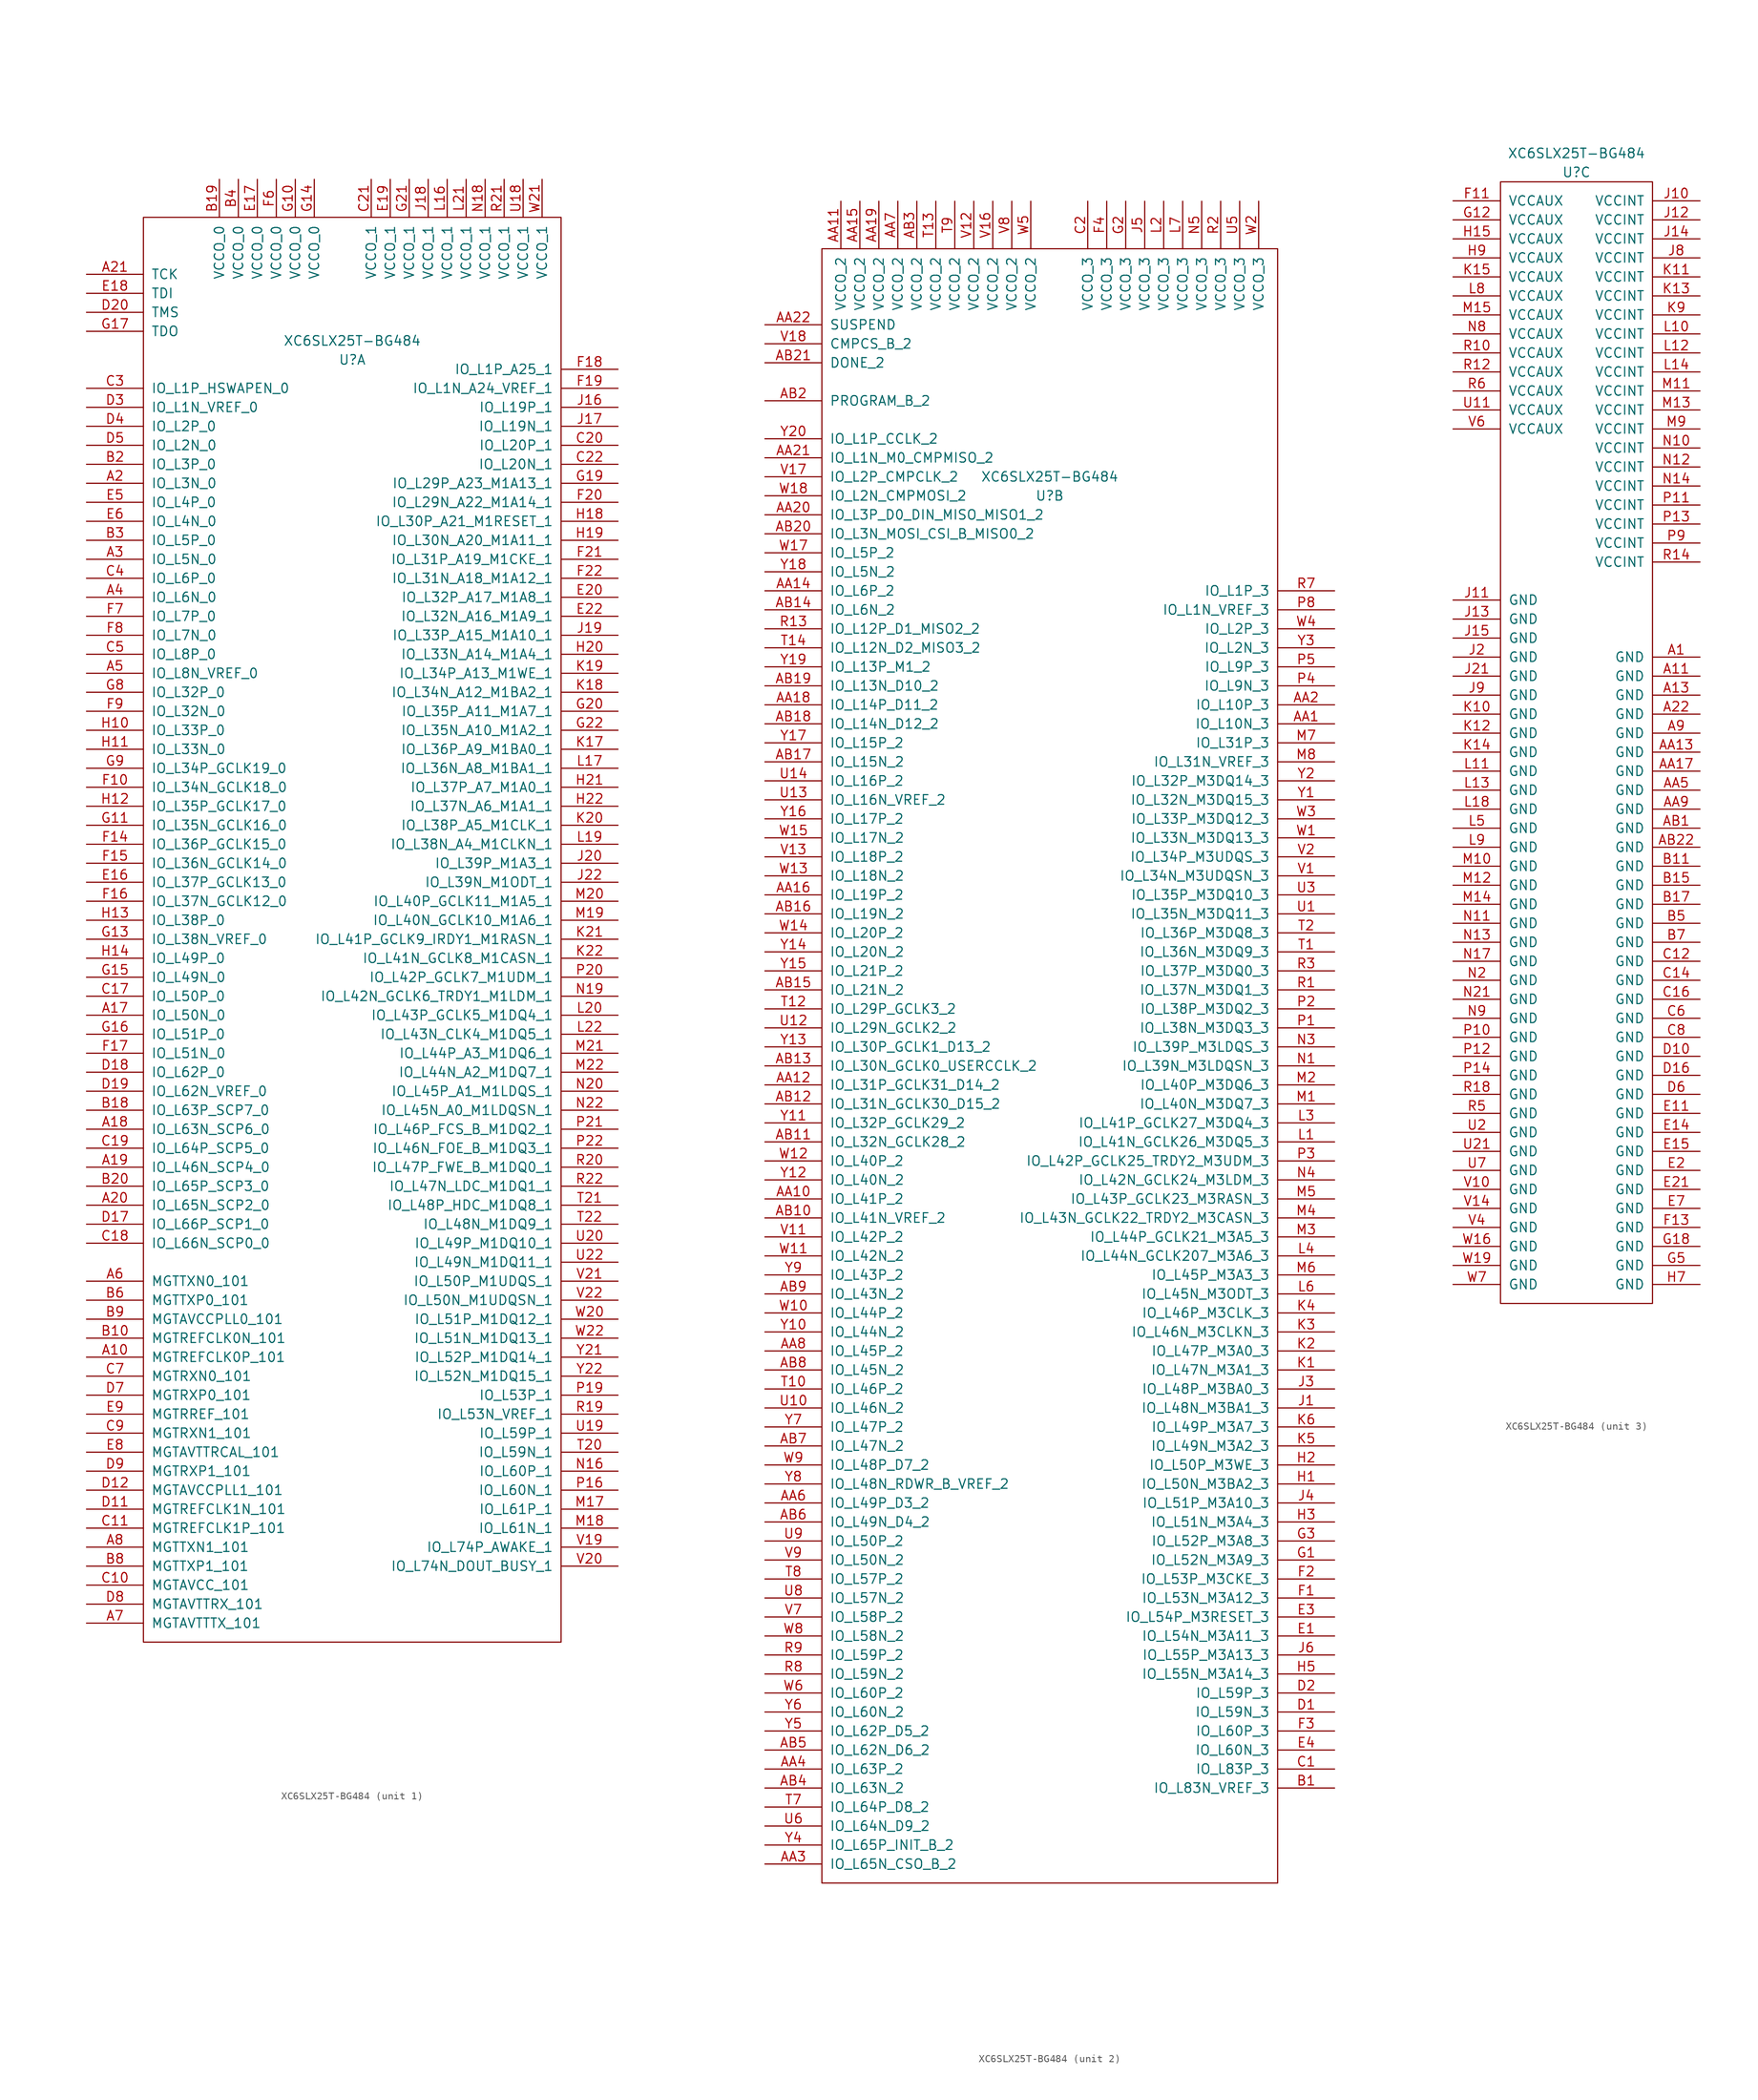
<source format=kicad_sym>
(kicad_symbol_lib
  (version 20201005)
  (generator kicad_symbol_editor)
  (symbol "FPGA_Xilinx:XC6SLX25T-BG484"
    (pin_names
      (offset 1.016))
    (property "Reference" "U"
      (at 0 76.2 0)
      (effects (font (size 1.27 1.27))))
    (property "Value" "XC6SLX25T-BG484"
      (at 0 78.74 0)
      (effects (font (size 1.27 1.27))))
    (property "ki_locked" ""
      (at 0 0 0)
      (effects (font (size 1.27 1.27))))
    (symbol "XC6SLX25T-BG484_1_1"
      (rectangle (start -27.94 95.25) (end 27.94 -95.25) (stroke (width 0)) (fill (type none)))
      (pin input line (at -35.56 -57.15 0) (length 7.62) (name "MGTREFCLK0P_101" (effects (font (size 1.27 1.27)))) (number "A10" (effects (font (size 1.27 1.27)))))
      (pin bidirectional line (at -35.56 -11.43 0) (length 7.62) (name "IO_L50N_0" (effects (font (size 1.27 1.27)))) (number "A17" (effects (font (size 1.27 1.27)))))
      (pin bidirectional line (at -35.56 -26.67 0) (length 7.62) (name "IO_L63N_SCP6_0" (effects (font (size 1.27 1.27)))) (number "A18" (effects (font (size 1.27 1.27)))))
      (pin bidirectional line (at -35.56 -31.75 0) (length 7.62) (name "IO_L46N_SCP4_0" (effects (font (size 1.27 1.27)))) (number "A19" (effects (font (size 1.27 1.27)))))
      (pin bidirectional line (at -35.56 59.69 0) (length 7.62) (name "IO_L3N_0" (effects (font (size 1.27 1.27)))) (number "A2" (effects (font (size 1.27 1.27)))))
      (pin bidirectional line (at -35.56 -36.83 0) (length 7.62) (name "IO_L65N_SCP2_0" (effects (font (size 1.27 1.27)))) (number "A20" (effects (font (size 1.27 1.27)))))
      (pin input line (at -35.56 87.63 0) (length 7.62) (name "TCK" (effects (font (size 1.27 1.27)))) (number "A21" (effects (font (size 1.27 1.27)))))
      (pin bidirectional line (at -35.56 49.53 0) (length 7.62) (name "IO_L5N_0" (effects (font (size 1.27 1.27)))) (number "A3" (effects (font (size 1.27 1.27)))))
      (pin bidirectional line (at -35.56 44.45 0) (length 7.62) (name "IO_L6N_0" (effects (font (size 1.27 1.27)))) (number "A4" (effects (font (size 1.27 1.27)))))
      (pin bidirectional line (at -35.56 34.29 0) (length 7.62) (name "IO_L8N_VREF_0" (effects (font (size 1.27 1.27)))) (number "A5" (effects (font (size 1.27 1.27)))))
      (pin output line (at -35.56 -46.99 0) (length 7.62) (name "MGTTXN0_101" (effects (font (size 1.27 1.27)))) (number "A6" (effects (font (size 1.27 1.27)))))
      (pin passive line (at -35.56 -92.71 0) (length 7.62) (name "MGTAVTTTX_101" (effects (font (size 1.27 1.27)))) (number "A7" (effects (font (size 1.27 1.27)))))
      (pin output line (at -35.56 -82.55 0) (length 7.62) (name "MGTTXN1_101" (effects (font (size 1.27 1.27)))) (number "A8" (effects (font (size 1.27 1.27)))))
      (pin input line (at -35.56 -54.61 0) (length 7.62) (name "MGTREFCLK0N_101" (effects (font (size 1.27 1.27)))) (number "B10" (effects (font (size 1.27 1.27)))))
      (pin bidirectional line (at -35.56 -24.13 0) (length 7.62) (name "IO_L63P_SCP7_0" (effects (font (size 1.27 1.27)))) (number "B18" (effects (font (size 1.27 1.27)))))
      (pin power_in line (at -17.78 100.33 270) (length 5.08) (name "VCCO_0" (effects (font (size 1.27 1.27)))) (number "B19" (effects (font (size 1.27 1.27)))))
      (pin bidirectional line (at -35.56 62.23 0) (length 7.62) (name "IO_L3P_0" (effects (font (size 1.27 1.27)))) (number "B2" (effects (font (size 1.27 1.27)))))
      (pin bidirectional line (at -35.56 -34.29 0) (length 7.62) (name "IO_L65P_SCP3_0" (effects (font (size 1.27 1.27)))) (number "B20" (effects (font (size 1.27 1.27)))))
      (pin bidirectional line (at -35.56 52.07 0) (length 7.62) (name "IO_L5P_0" (effects (font (size 1.27 1.27)))) (number "B3" (effects (font (size 1.27 1.27)))))
      (pin power_in line (at -15.24 100.33 270) (length 5.08) (name "VCCO_0" (effects (font (size 1.27 1.27)))) (number "B4" (effects (font (size 1.27 1.27)))))
      (pin output line (at -35.56 -49.53 0) (length 7.62) (name "MGTTXP0_101" (effects (font (size 1.27 1.27)))) (number "B6" (effects (font (size 1.27 1.27)))))
      (pin output line (at -35.56 -85.09 0) (length 7.62) (name "MGTTXP1_101" (effects (font (size 1.27 1.27)))) (number "B8" (effects (font (size 1.27 1.27)))))
      (pin passive line (at -35.56 -52.07 0) (length 7.62) (name "MGTAVCCPLL0_101" (effects (font (size 1.27 1.27)))) (number "B9" (effects (font (size 1.27 1.27)))))
      (pin passive line (at -35.56 -87.63 0) (length 7.62) (name "MGTAVCC_101" (effects (font (size 1.27 1.27)))) (number "C10" (effects (font (size 1.27 1.27)))))
      (pin input line (at -35.56 -80.01 0) (length 7.62) (name "MGTREFCLK1P_101" (effects (font (size 1.27 1.27)))) (number "C11" (effects (font (size 1.27 1.27)))))
      (pin bidirectional line (at -35.56 -8.89 0) (length 7.62) (name "IO_L50P_0" (effects (font (size 1.27 1.27)))) (number "C17" (effects (font (size 1.27 1.27)))))
      (pin bidirectional line (at -35.56 -41.91 0) (length 7.62) (name "IO_L66N_SCP0_0" (effects (font (size 1.27 1.27)))) (number "C18" (effects (font (size 1.27 1.27)))))
      (pin bidirectional line (at -35.56 -29.21 0) (length 7.62) (name "IO_L64P_SCP5_0" (effects (font (size 1.27 1.27)))) (number "C19" (effects (font (size 1.27 1.27)))))
      (pin bidirectional line (at 35.56 64.77 180) (length 7.62) (name "IO_L20P_1" (effects (font (size 1.27 1.27)))) (number "C20" (effects (font (size 1.27 1.27)))))
      (pin power_in line (at 2.54 100.33 270) (length 5.08) (name "VCCO_1" (effects (font (size 1.27 1.27)))) (number "C21" (effects (font (size 1.27 1.27)))))
      (pin bidirectional line (at 35.56 62.23 180) (length 7.62) (name "IO_L20N_1" (effects (font (size 1.27 1.27)))) (number "C22" (effects (font (size 1.27 1.27)))))
      (pin bidirectional line (at -35.56 72.39 0) (length 7.62) (name "IO_L1P_HSWAPEN_0" (effects (font (size 1.27 1.27)))) (number "C3" (effects (font (size 1.27 1.27)))))
      (pin bidirectional line (at -35.56 46.99 0) (length 7.62) (name "IO_L6P_0" (effects (font (size 1.27 1.27)))) (number "C4" (effects (font (size 1.27 1.27)))))
      (pin bidirectional line (at -35.56 36.83 0) (length 7.62) (name "IO_L8P_0" (effects (font (size 1.27 1.27)))) (number "C5" (effects (font (size 1.27 1.27)))))
      (pin input line (at -35.56 -59.69 0) (length 7.62) (name "MGTRXN0_101" (effects (font (size 1.27 1.27)))) (number "C7" (effects (font (size 1.27 1.27)))))
      (pin input line (at -35.56 -67.31 0) (length 7.62) (name "MGTRXN1_101" (effects (font (size 1.27 1.27)))) (number "C9" (effects (font (size 1.27 1.27)))))
      (pin input line (at -35.56 -77.47 0) (length 7.62) (name "MGTREFCLK1N_101" (effects (font (size 1.27 1.27)))) (number "D11" (effects (font (size 1.27 1.27)))))
      (pin passive line (at -35.56 -74.93 0) (length 7.62) (name "MGTAVCCPLL1_101" (effects (font (size 1.27 1.27)))) (number "D12" (effects (font (size 1.27 1.27)))))
      (pin bidirectional line (at -35.56 -39.37 0) (length 7.62) (name "IO_L66P_SCP1_0" (effects (font (size 1.27 1.27)))) (number "D17" (effects (font (size 1.27 1.27)))))
      (pin bidirectional line (at -35.56 -19.05 0) (length 7.62) (name "IO_L62P_0" (effects (font (size 1.27 1.27)))) (number "D18" (effects (font (size 1.27 1.27)))))
      (pin bidirectional line (at -35.56 -21.59 0) (length 7.62) (name "IO_L62N_VREF_0" (effects (font (size 1.27 1.27)))) (number "D19" (effects (font (size 1.27 1.27)))))
      (pin input line (at -35.56 82.55 0) (length 7.62) (name "TMS" (effects (font (size 1.27 1.27)))) (number "D20" (effects (font (size 1.27 1.27)))))
      (pin bidirectional line (at -35.56 69.85 0) (length 7.62) (name "IO_L1N_VREF_0" (effects (font (size 1.27 1.27)))) (number "D3" (effects (font (size 1.27 1.27)))))
      (pin bidirectional line (at -35.56 67.31 0) (length 7.62) (name "IO_L2P_0" (effects (font (size 1.27 1.27)))) (number "D4" (effects (font (size 1.27 1.27)))))
      (pin bidirectional line (at -35.56 64.77 0) (length 7.62) (name "IO_L2N_0" (effects (font (size 1.27 1.27)))) (number "D5" (effects (font (size 1.27 1.27)))))
      (pin input line (at -35.56 -62.23 0) (length 7.62) (name "MGTRXP0_101" (effects (font (size 1.27 1.27)))) (number "D7" (effects (font (size 1.27 1.27)))))
      (pin passive line (at -35.56 -90.17 0) (length 7.62) (name "MGTAVTTRX_101" (effects (font (size 1.27 1.27)))) (number "D8" (effects (font (size 1.27 1.27)))))
      (pin input line (at -35.56 -72.39 0) (length 7.62) (name "MGTRXP1_101" (effects (font (size 1.27 1.27)))) (number "D9" (effects (font (size 1.27 1.27)))))
      (pin bidirectional line (at -35.56 6.35 0) (length 7.62) (name "IO_L37P_GCLK13_0" (effects (font (size 1.27 1.27)))) (number "E16" (effects (font (size 1.27 1.27)))))
      (pin power_in line (at -12.7 100.33 270) (length 5.08) (name "VCCO_0" (effects (font (size 1.27 1.27)))) (number "E17" (effects (font (size 1.27 1.27)))))
      (pin input line (at -35.56 85.09 0) (length 7.62) (name "TDI" (effects (font (size 1.27 1.27)))) (number "E18" (effects (font (size 1.27 1.27)))))
      (pin power_in line (at 5.08 100.33 270) (length 5.08) (name "VCCO_1" (effects (font (size 1.27 1.27)))) (number "E19" (effects (font (size 1.27 1.27)))))
      (pin bidirectional line (at 35.56 44.45 180) (length 7.62) (name "IO_L32P_A17_M1A8_1" (effects (font (size 1.27 1.27)))) (number "E20" (effects (font (size 1.27 1.27)))))
      (pin bidirectional line (at 35.56 41.91 180) (length 7.62) (name "IO_L32N_A16_M1A9_1" (effects (font (size 1.27 1.27)))) (number "E22" (effects (font (size 1.27 1.27)))))
      (pin bidirectional line (at -35.56 57.15 0) (length 7.62) (name "IO_L4P_0" (effects (font (size 1.27 1.27)))) (number "E5" (effects (font (size 1.27 1.27)))))
      (pin bidirectional line (at -35.56 54.61 0) (length 7.62) (name "IO_L4N_0" (effects (font (size 1.27 1.27)))) (number "E6" (effects (font (size 1.27 1.27)))))
      (pin passive line (at -35.56 -69.85 0) (length 7.62) (name "MGTAVTTRCAL_101" (effects (font (size 1.27 1.27)))) (number "E8" (effects (font (size 1.27 1.27)))))
      (pin input line (at -35.56 -64.77 0) (length 7.62) (name "MGTRREF_101" (effects (font (size 1.27 1.27)))) (number "E9" (effects (font (size 1.27 1.27)))))
      (pin bidirectional line (at -35.56 19.05 0) (length 7.62) (name "IO_L34N_GCLK18_0" (effects (font (size 1.27 1.27)))) (number "F10" (effects (font (size 1.27 1.27)))))
      (pin bidirectional line (at -35.56 11.43 0) (length 7.62) (name "IO_L36P_GCLK15_0" (effects (font (size 1.27 1.27)))) (number "F14" (effects (font (size 1.27 1.27)))))
      (pin bidirectional line (at -35.56 8.89 0) (length 7.62) (name "IO_L36N_GCLK14_0" (effects (font (size 1.27 1.27)))) (number "F15" (effects (font (size 1.27 1.27)))))
      (pin bidirectional line (at -35.56 3.81 0) (length 7.62) (name "IO_L37N_GCLK12_0" (effects (font (size 1.27 1.27)))) (number "F16" (effects (font (size 1.27 1.27)))))
      (pin bidirectional line (at -35.56 -16.51 0) (length 7.62) (name "IO_L51N_0" (effects (font (size 1.27 1.27)))) (number "F17" (effects (font (size 1.27 1.27)))))
      (pin bidirectional line (at 35.56 74.93 180) (length 7.62) (name "IO_L1P_A25_1" (effects (font (size 1.27 1.27)))) (number "F18" (effects (font (size 1.27 1.27)))))
      (pin bidirectional line (at 35.56 72.39 180) (length 7.62) (name "IO_L1N_A24_VREF_1" (effects (font (size 1.27 1.27)))) (number "F19" (effects (font (size 1.27 1.27)))))
      (pin bidirectional line (at 35.56 57.15 180) (length 7.62) (name "IO_L29N_A22_M1A14_1" (effects (font (size 1.27 1.27)))) (number "F20" (effects (font (size 1.27 1.27)))))
      (pin bidirectional line (at 35.56 49.53 180) (length 7.62) (name "IO_L31P_A19_M1CKE_1" (effects (font (size 1.27 1.27)))) (number "F21" (effects (font (size 1.27 1.27)))))
      (pin bidirectional line (at 35.56 46.99 180) (length 7.62) (name "IO_L31N_A18_M1A12_1" (effects (font (size 1.27 1.27)))) (number "F22" (effects (font (size 1.27 1.27)))))
      (pin power_in line (at -10.16 100.33 270) (length 5.08) (name "VCCO_0" (effects (font (size 1.27 1.27)))) (number "F6" (effects (font (size 1.27 1.27)))))
      (pin bidirectional line (at -35.56 41.91 0) (length 7.62) (name "IO_L7P_0" (effects (font (size 1.27 1.27)))) (number "F7" (effects (font (size 1.27 1.27)))))
      (pin bidirectional line (at -35.56 39.37 0) (length 7.62) (name "IO_L7N_0" (effects (font (size 1.27 1.27)))) (number "F8" (effects (font (size 1.27 1.27)))))
      (pin bidirectional line (at -35.56 29.21 0) (length 7.62) (name "IO_L32N_0" (effects (font (size 1.27 1.27)))) (number "F9" (effects (font (size 1.27 1.27)))))
      (pin power_in line (at -7.62 100.33 270) (length 5.08) (name "VCCO_0" (effects (font (size 1.27 1.27)))) (number "G10" (effects (font (size 1.27 1.27)))))
      (pin bidirectional line (at -35.56 13.97 0) (length 7.62) (name "IO_L35N_GCLK16_0" (effects (font (size 1.27 1.27)))) (number "G11" (effects (font (size 1.27 1.27)))))
      (pin bidirectional line (at -35.56 -1.27 0) (length 7.62) (name "IO_L38N_VREF_0" (effects (font (size 1.27 1.27)))) (number "G13" (effects (font (size 1.27 1.27)))))
      (pin power_in line (at -5.08 100.33 270) (length 5.08) (name "VCCO_0" (effects (font (size 1.27 1.27)))) (number "G14" (effects (font (size 1.27 1.27)))))
      (pin bidirectional line (at -35.56 -6.35 0) (length 7.62) (name "IO_L49N_0" (effects (font (size 1.27 1.27)))) (number "G15" (effects (font (size 1.27 1.27)))))
      (pin bidirectional line (at -35.56 -13.97 0) (length 7.62) (name "IO_L51P_0" (effects (font (size 1.27 1.27)))) (number "G16" (effects (font (size 1.27 1.27)))))
      (pin output line (at -35.56 80.01 0) (length 7.62) (name "TDO" (effects (font (size 1.27 1.27)))) (number "G17" (effects (font (size 1.27 1.27)))))
      (pin bidirectional line (at 35.56 59.69 180) (length 7.62) (name "IO_L29P_A23_M1A13_1" (effects (font (size 1.27 1.27)))) (number "G19" (effects (font (size 1.27 1.27)))))
      (pin bidirectional line (at 35.56 29.21 180) (length 7.62) (name "IO_L35P_A11_M1A7_1" (effects (font (size 1.27 1.27)))) (number "G20" (effects (font (size 1.27 1.27)))))
      (pin power_in line (at 7.62 100.33 270) (length 5.08) (name "VCCO_1" (effects (font (size 1.27 1.27)))) (number "G21" (effects (font (size 1.27 1.27)))))
      (pin bidirectional line (at 35.56 26.67 180) (length 7.62) (name "IO_L35N_A10_M1A2_1" (effects (font (size 1.27 1.27)))) (number "G22" (effects (font (size 1.27 1.27)))))
      (pin bidirectional line (at -35.56 31.75 0) (length 7.62) (name "IO_L32P_0" (effects (font (size 1.27 1.27)))) (number "G8" (effects (font (size 1.27 1.27)))))
      (pin bidirectional line (at -35.56 21.59 0) (length 7.62) (name "IO_L34P_GCLK19_0" (effects (font (size 1.27 1.27)))) (number "G9" (effects (font (size 1.27 1.27)))))
      (pin bidirectional line (at -35.56 26.67 0) (length 7.62) (name "IO_L33P_0" (effects (font (size 1.27 1.27)))) (number "H10" (effects (font (size 1.27 1.27)))))
      (pin bidirectional line (at -35.56 24.13 0) (length 7.62) (name "IO_L33N_0" (effects (font (size 1.27 1.27)))) (number "H11" (effects (font (size 1.27 1.27)))))
      (pin bidirectional line (at -35.56 16.51 0) (length 7.62) (name "IO_L35P_GCLK17_0" (effects (font (size 1.27 1.27)))) (number "H12" (effects (font (size 1.27 1.27)))))
      (pin bidirectional line (at -35.56 1.27 0) (length 7.62) (name "IO_L38P_0" (effects (font (size 1.27 1.27)))) (number "H13" (effects (font (size 1.27 1.27)))))
      (pin bidirectional line (at -35.56 -3.81 0) (length 7.62) (name "IO_L49P_0" (effects (font (size 1.27 1.27)))) (number "H14" (effects (font (size 1.27 1.27)))))
      (pin bidirectional line (at 35.56 54.61 180) (length 7.62) (name "IO_L30P_A21_M1RESET_1" (effects (font (size 1.27 1.27)))) (number "H18" (effects (font (size 1.27 1.27)))))
      (pin bidirectional line (at 35.56 52.07 180) (length 7.62) (name "IO_L30N_A20_M1A11_1" (effects (font (size 1.27 1.27)))) (number "H19" (effects (font (size 1.27 1.27)))))
      (pin bidirectional line (at 35.56 36.83 180) (length 7.62) (name "IO_L33N_A14_M1A4_1" (effects (font (size 1.27 1.27)))) (number "H20" (effects (font (size 1.27 1.27)))))
      (pin bidirectional line (at 35.56 19.05 180) (length 7.62) (name "IO_L37P_A7_M1A0_1" (effects (font (size 1.27 1.27)))) (number "H21" (effects (font (size 1.27 1.27)))))
      (pin bidirectional line (at 35.56 16.51 180) (length 7.62) (name "IO_L37N_A6_M1A1_1" (effects (font (size 1.27 1.27)))) (number "H22" (effects (font (size 1.27 1.27)))))
      (pin bidirectional line (at 35.56 69.85 180) (length 7.62) (name "IO_L19P_1" (effects (font (size 1.27 1.27)))) (number "J16" (effects (font (size 1.27 1.27)))))
      (pin bidirectional line (at 35.56 67.31 180) (length 7.62) (name "IO_L19N_1" (effects (font (size 1.27 1.27)))) (number "J17" (effects (font (size 1.27 1.27)))))
      (pin power_in line (at 10.16 100.33 270) (length 5.08) (name "VCCO_1" (effects (font (size 1.27 1.27)))) (number "J18" (effects (font (size 1.27 1.27)))))
      (pin bidirectional line (at 35.56 39.37 180) (length 7.62) (name "IO_L33P_A15_M1A10_1" (effects (font (size 1.27 1.27)))) (number "J19" (effects (font (size 1.27 1.27)))))
      (pin bidirectional line (at 35.56 8.89 180) (length 7.62) (name "IO_L39P_M1A3_1" (effects (font (size 1.27 1.27)))) (number "J20" (effects (font (size 1.27 1.27)))))
      (pin bidirectional line (at 35.56 6.35 180) (length 7.62) (name "IO_L39N_M1ODT_1" (effects (font (size 1.27 1.27)))) (number "J22" (effects (font (size 1.27 1.27)))))
      (pin input line (at 35.56 24.13 180) (length 7.62) (name "IO_L36P_A9_M1BA0_1" (effects (font (size 1.27 1.27)))) (number "K17" (effects (font (size 1.27 1.27)))))
      (pin bidirectional line (at 35.56 31.75 180) (length 7.62) (name "IO_L34N_A12_M1BA2_1" (effects (font (size 1.27 1.27)))) (number "K18" (effects (font (size 1.27 1.27)))))
      (pin bidirectional line (at 35.56 34.29 180) (length 7.62) (name "IO_L34P_A13_M1WE_1" (effects (font (size 1.27 1.27)))) (number "K19" (effects (font (size 1.27 1.27)))))
      (pin bidirectional line (at 35.56 13.97 180) (length 7.62) (name "IO_L38P_A5_M1CLK_1" (effects (font (size 1.27 1.27)))) (number "K20" (effects (font (size 1.27 1.27)))))
      (pin bidirectional line (at 35.56 -1.27 180) (length 7.62) (name "IO_L41P_GCLK9_IRDY1_M1RASN_1" (effects (font (size 1.27 1.27)))) (number "K21" (effects (font (size 1.27 1.27)))))
      (pin bidirectional line (at 35.56 -3.81 180) (length 7.62) (name "IO_L41N_GCLK8_M1CASN_1" (effects (font (size 1.27 1.27)))) (number "K22" (effects (font (size 1.27 1.27)))))
      (pin power_in line (at 12.7 100.33 270) (length 5.08) (name "VCCO_1" (effects (font (size 1.27 1.27)))) (number "L16" (effects (font (size 1.27 1.27)))))
      (pin bidirectional line (at 35.56 21.59 180) (length 7.62) (name "IO_L36N_A8_M1BA1_1" (effects (font (size 1.27 1.27)))) (number "L17" (effects (font (size 1.27 1.27)))))
      (pin bidirectional line (at 35.56 11.43 180) (length 7.62) (name "IO_L38N_A4_M1CLKN_1" (effects (font (size 1.27 1.27)))) (number "L19" (effects (font (size 1.27 1.27)))))
      (pin bidirectional line (at 35.56 -11.43 180) (length 7.62) (name "IO_L43P_GCLK5_M1DQ4_1" (effects (font (size 1.27 1.27)))) (number "L20" (effects (font (size 1.27 1.27)))))
      (pin power_in line (at 15.24 100.33 270) (length 5.08) (name "VCCO_1" (effects (font (size 1.27 1.27)))) (number "L21" (effects (font (size 1.27 1.27)))))
      (pin bidirectional line (at 35.56 -13.97 180) (length 7.62) (name "IO_L43N_CLK4_M1DQ5_1" (effects (font (size 1.27 1.27)))) (number "L22" (effects (font (size 1.27 1.27)))))
      (pin bidirectional line (at 35.56 -77.47 180) (length 7.62) (name "IO_L61P_1" (effects (font (size 1.27 1.27)))) (number "M17" (effects (font (size 1.27 1.27)))))
      (pin bidirectional line (at 35.56 -80.01 180) (length 7.62) (name "IO_L61N_1" (effects (font (size 1.27 1.27)))) (number "M18" (effects (font (size 1.27 1.27)))))
      (pin bidirectional line (at 35.56 1.27 180) (length 7.62) (name "IO_L40N_GCLK10_M1A6_1" (effects (font (size 1.27 1.27)))) (number "M19" (effects (font (size 1.27 1.27)))))
      (pin bidirectional line (at 35.56 3.81 180) (length 7.62) (name "IO_L40P_GCLK11_M1A5_1" (effects (font (size 1.27 1.27)))) (number "M20" (effects (font (size 1.27 1.27)))))
      (pin bidirectional line (at 35.56 -16.51 180) (length 7.62) (name "IO_L44P_A3_M1DQ6_1" (effects (font (size 1.27 1.27)))) (number "M21" (effects (font (size 1.27 1.27)))))
      (pin bidirectional line (at 35.56 -19.05 180) (length 7.62) (name "IO_L44N_A2_M1DQ7_1" (effects (font (size 1.27 1.27)))) (number "M22" (effects (font (size 1.27 1.27)))))
      (pin bidirectional line (at 35.56 -72.39 180) (length 7.62) (name "IO_L60P_1" (effects (font (size 1.27 1.27)))) (number "N16" (effects (font (size 1.27 1.27)))))
      (pin power_in line (at 17.78 100.33 270) (length 5.08) (name "VCCO_1" (effects (font (size 1.27 1.27)))) (number "N18" (effects (font (size 1.27 1.27)))))
      (pin bidirectional line (at 35.56 -8.89 180) (length 7.62) (name "IO_L42N_GCLK6_TRDY1_M1LDM_1" (effects (font (size 1.27 1.27)))) (number "N19" (effects (font (size 1.27 1.27)))))
      (pin bidirectional line (at 35.56 -21.59 180) (length 7.62) (name "IO_L45P_A1_M1LDQS_1" (effects (font (size 1.27 1.27)))) (number "N20" (effects (font (size 1.27 1.27)))))
      (pin bidirectional line (at 35.56 -24.13 180) (length 7.62) (name "IO_L45N_A0_M1LDQSN_1" (effects (font (size 1.27 1.27)))) (number "N22" (effects (font (size 1.27 1.27)))))
      (pin bidirectional line (at 35.56 -74.93 180) (length 7.62) (name "IO_L60N_1" (effects (font (size 1.27 1.27)))) (number "P16" (effects (font (size 1.27 1.27)))))
      (pin bidirectional line (at 35.56 -62.23 180) (length 7.62) (name "IO_L53P_1" (effects (font (size 1.27 1.27)))) (number "P19" (effects (font (size 1.27 1.27)))))
      (pin bidirectional line (at 35.56 -6.35 180) (length 7.62) (name "IO_L42P_GCLK7_M1UDM_1" (effects (font (size 1.27 1.27)))) (number "P20" (effects (font (size 1.27 1.27)))))
      (pin bidirectional line (at 35.56 -26.67 180) (length 7.62) (name "IO_L46P_FCS_B_M1DQ2_1" (effects (font (size 1.27 1.27)))) (number "P21" (effects (font (size 1.27 1.27)))))
      (pin bidirectional line (at 35.56 -29.21 180) (length 7.62) (name "IO_L46N_FOE_B_M1DQ3_1" (effects (font (size 1.27 1.27)))) (number "P22" (effects (font (size 1.27 1.27)))))
      (pin bidirectional line (at 35.56 -64.77 180) (length 7.62) (name "IO_L53N_VREF_1" (effects (font (size 1.27 1.27)))) (number "R19" (effects (font (size 1.27 1.27)))))
      (pin bidirectional line (at 35.56 -31.75 180) (length 7.62) (name "IO_L47P_FWE_B_M1DQ0_1" (effects (font (size 1.27 1.27)))) (number "R20" (effects (font (size 1.27 1.27)))))
      (pin power_in line (at 20.32 100.33 270) (length 5.08) (name "VCCO_1" (effects (font (size 1.27 1.27)))) (number "R21" (effects (font (size 1.27 1.27)))))
      (pin bidirectional line (at 35.56 -34.29 180) (length 7.62) (name "IO_L47N_LDC_M1DQ1_1" (effects (font (size 1.27 1.27)))) (number "R22" (effects (font (size 1.27 1.27)))))
      (pin bidirectional line (at 35.56 -69.85 180) (length 7.62) (name "IO_L59N_1" (effects (font (size 1.27 1.27)))) (number "T20" (effects (font (size 1.27 1.27)))))
      (pin bidirectional line (at 35.56 -36.83 180) (length 7.62) (name "IO_L48P_HDC_M1DQ8_1" (effects (font (size 1.27 1.27)))) (number "T21" (effects (font (size 1.27 1.27)))))
      (pin bidirectional line (at 35.56 -39.37 180) (length 7.62) (name "IO_L48N_M1DQ9_1" (effects (font (size 1.27 1.27)))) (number "T22" (effects (font (size 1.27 1.27)))))
      (pin power_in line (at 22.86 100.33 270) (length 5.08) (name "VCCO_1" (effects (font (size 1.27 1.27)))) (number "U18" (effects (font (size 1.27 1.27)))))
      (pin bidirectional line (at 35.56 -67.31 180) (length 7.62) (name "IO_L59P_1" (effects (font (size 1.27 1.27)))) (number "U19" (effects (font (size 1.27 1.27)))))
      (pin bidirectional line (at 35.56 -41.91 180) (length 7.62) (name "IO_L49P_M1DQ10_1" (effects (font (size 1.27 1.27)))) (number "U20" (effects (font (size 1.27 1.27)))))
      (pin bidirectional line (at 35.56 -44.45 180) (length 7.62) (name "IO_L49N_M1DQ11_1" (effects (font (size 1.27 1.27)))) (number "U22" (effects (font (size 1.27 1.27)))))
      (pin bidirectional line (at 35.56 -82.55 180) (length 7.62) (name "IO_L74P_AWAKE_1" (effects (font (size 1.27 1.27)))) (number "V19" (effects (font (size 1.27 1.27)))))
      (pin bidirectional line (at 35.56 -85.09 180) (length 7.62) (name "IO_L74N_DOUT_BUSY_1" (effects (font (size 1.27 1.27)))) (number "V20" (effects (font (size 1.27 1.27)))))
      (pin bidirectional line (at 35.56 -46.99 180) (length 7.62) (name "IO_L50P_M1UDQS_1" (effects (font (size 1.27 1.27)))) (number "V21" (effects (font (size 1.27 1.27)))))
      (pin bidirectional line (at 35.56 -49.53 180) (length 7.62) (name "IO_L50N_M1UDQSN_1" (effects (font (size 1.27 1.27)))) (number "V22" (effects (font (size 1.27 1.27)))))
      (pin bidirectional line (at 35.56 -52.07 180) (length 7.62) (name "IO_L51P_M1DQ12_1" (effects (font (size 1.27 1.27)))) (number "W20" (effects (font (size 1.27 1.27)))))
      (pin power_in line (at 25.4 100.33 270) (length 5.08) (name "VCCO_1" (effects (font (size 1.27 1.27)))) (number "W21" (effects (font (size 1.27 1.27)))))
      (pin bidirectional line (at 35.56 -54.61 180) (length 7.62) (name "IO_L51N_M1DQ13_1" (effects (font (size 1.27 1.27)))) (number "W22" (effects (font (size 1.27 1.27)))))
      (pin bidirectional line (at 35.56 -57.15 180) (length 7.62) (name "IO_L52P_M1DQ14_1" (effects (font (size 1.27 1.27)))) (number "Y21" (effects (font (size 1.27 1.27)))))
      (pin bidirectional line (at 35.56 -59.69 180) (length 7.62) (name "IO_L52N_M1DQ15_1" (effects (font (size 1.27 1.27)))) (number "Y22" (effects (font (size 1.27 1.27))))))
    (symbol "XC6SLX25T-BG484_2_1"
      (rectangle (start -30.48 109.22) (end 30.48 -109.22) (stroke (width 0)) (fill (type none)))
      (pin bidirectional line (at 38.1 45.72 180) (length 7.62) (name "IO_L10N_3" (effects (font (size 1.27 1.27)))) (number "AA1" (effects (font (size 1.27 1.27)))))
      (pin bidirectional line (at -38.1 -17.78 0) (length 7.62) (name "IO_L41P_2" (effects (font (size 1.27 1.27)))) (number "AA10" (effects (font (size 1.27 1.27)))))
      (pin power_in line (at -27.94 115.57 270) (length 6.35) (name "VCCO_2" (effects (font (size 1.27 1.27)))) (number "AA11" (effects (font (size 1.27 1.27)))))
      (pin bidirectional line (at -38.1 -2.54 0) (length 7.62) (name "IO_L31P_GCLK31_D14_2" (effects (font (size 1.27 1.27)))) (number "AA12" (effects (font (size 1.27 1.27)))))
      (pin bidirectional line (at -38.1 63.5 0) (length 7.62) (name "IO_L6P_2" (effects (font (size 1.27 1.27)))) (number "AA14" (effects (font (size 1.27 1.27)))))
      (pin power_in line (at -25.4 115.57 270) (length 6.35) (name "VCCO_2" (effects (font (size 1.27 1.27)))) (number "AA15" (effects (font (size 1.27 1.27)))))
      (pin bidirectional line (at -38.1 22.86 0) (length 7.62) (name "IO_L19P_2" (effects (font (size 1.27 1.27)))) (number "AA16" (effects (font (size 1.27 1.27)))))
      (pin bidirectional line (at -38.1 48.26 0) (length 7.62) (name "IO_L14P_D11_2" (effects (font (size 1.27 1.27)))) (number "AA18" (effects (font (size 1.27 1.27)))))
      (pin power_in line (at -22.86 115.57 270) (length 6.35) (name "VCCO_2" (effects (font (size 1.27 1.27)))) (number "AA19" (effects (font (size 1.27 1.27)))))
      (pin bidirectional line (at 38.1 48.26 180) (length 7.62) (name "IO_L10P_3" (effects (font (size 1.27 1.27)))) (number "AA2" (effects (font (size 1.27 1.27)))))
      (pin bidirectional line (at -38.1 73.66 0) (length 7.62) (name "IO_L3P_D0_DIN_MISO_MISO1_2" (effects (font (size 1.27 1.27)))) (number "AA20" (effects (font (size 1.27 1.27)))))
      (pin bidirectional line (at -38.1 81.28 0) (length 7.62) (name "IO_L1N_M0_CMPMISO_2" (effects (font (size 1.27 1.27)))) (number "AA21" (effects (font (size 1.27 1.27)))))
      (pin input line (at -38.1 99.06 0) (length 7.62) (name "SUSPEND" (effects (font (size 1.27 1.27)))) (number "AA22" (effects (font (size 1.27 1.27)))))
      (pin bidirectional line (at -38.1 -106.68 0) (length 7.62) (name "IO_L65N_CSO_B_2" (effects (font (size 1.27 1.27)))) (number "AA3" (effects (font (size 1.27 1.27)))))
      (pin bidirectional line (at -38.1 -93.98 0) (length 7.62) (name "IO_L63P_2" (effects (font (size 1.27 1.27)))) (number "AA4" (effects (font (size 1.27 1.27)))))
      (pin bidirectional line (at -38.1 -58.42 0) (length 7.62) (name "IO_L49P_D3_2" (effects (font (size 1.27 1.27)))) (number "AA6" (effects (font (size 1.27 1.27)))))
      (pin power_in line (at -20.32 115.57 270) (length 6.35) (name "VCCO_2" (effects (font (size 1.27 1.27)))) (number "AA7" (effects (font (size 1.27 1.27)))))
      (pin bidirectional line (at -38.1 -38.1 0) (length 7.62) (name "IO_L45P_2" (effects (font (size 1.27 1.27)))) (number "AA8" (effects (font (size 1.27 1.27)))))
      (pin bidirectional line (at -38.1 -20.32 0) (length 7.62) (name "IO_L41N_VREF_2" (effects (font (size 1.27 1.27)))) (number "AB10" (effects (font (size 1.27 1.27)))))
      (pin bidirectional line (at -38.1 -10.16 0) (length 7.62) (name "IO_L32N_GCLK28_2" (effects (font (size 1.27 1.27)))) (number "AB11" (effects (font (size 1.27 1.27)))))
      (pin bidirectional line (at -38.1 -5.08 0) (length 7.62) (name "IO_L31N_GCLK30_D15_2" (effects (font (size 1.27 1.27)))) (number "AB12" (effects (font (size 1.27 1.27)))))
      (pin bidirectional line (at -38.1 0 0) (length 7.62) (name "IO_L30N_GCLK0_USERCCLK_2" (effects (font (size 1.27 1.27)))) (number "AB13" (effects (font (size 1.27 1.27)))))
      (pin bidirectional line (at -38.1 60.96 0) (length 7.62) (name "IO_L6N_2" (effects (font (size 1.27 1.27)))) (number "AB14" (effects (font (size 1.27 1.27)))))
      (pin bidirectional line (at -38.1 10.16 0) (length 7.62) (name "IO_L21N_2" (effects (font (size 1.27 1.27)))) (number "AB15" (effects (font (size 1.27 1.27)))))
      (pin bidirectional line (at -38.1 20.32 0) (length 7.62) (name "IO_L19N_2" (effects (font (size 1.27 1.27)))) (number "AB16" (effects (font (size 1.27 1.27)))))
      (pin bidirectional line (at -38.1 40.64 0) (length 7.62) (name "IO_L15N_2" (effects (font (size 1.27 1.27)))) (number "AB17" (effects (font (size 1.27 1.27)))))
      (pin bidirectional line (at -38.1 45.72 0) (length 7.62) (name "IO_L14N_D12_2" (effects (font (size 1.27 1.27)))) (number "AB18" (effects (font (size 1.27 1.27)))))
      (pin bidirectional line (at -38.1 50.8 0) (length 7.62) (name "IO_L13N_D10_2" (effects (font (size 1.27 1.27)))) (number "AB19" (effects (font (size 1.27 1.27)))))
      (pin input line (at -38.1 88.9 0) (length 7.62) (name "PROGRAM_B_2" (effects (font (size 1.27 1.27)))) (number "AB2" (effects (font (size 1.27 1.27)))))
      (pin bidirectional line (at -38.1 71.12 0) (length 7.62) (name "IO_L3N_MOSI_CSI_B_MISO0_2" (effects (font (size 1.27 1.27)))) (number "AB20" (effects (font (size 1.27 1.27)))))
      (pin bidirectional line (at -38.1 93.98 0) (length 7.62) (name "DONE_2" (effects (font (size 1.27 1.27)))) (number "AB21" (effects (font (size 1.27 1.27)))))
      (pin power_in line (at -17.78 115.57 270) (length 6.35) (name "VCCO_2" (effects (font (size 1.27 1.27)))) (number "AB3" (effects (font (size 1.27 1.27)))))
      (pin bidirectional line (at -38.1 -96.52 0) (length 7.62) (name "IO_L63N_2" (effects (font (size 1.27 1.27)))) (number "AB4" (effects (font (size 1.27 1.27)))))
      (pin bidirectional line (at -38.1 -91.44 0) (length 7.62) (name "IO_L62N_D6_2" (effects (font (size 1.27 1.27)))) (number "AB5" (effects (font (size 1.27 1.27)))))
      (pin bidirectional line (at -38.1 -60.96 0) (length 7.62) (name "IO_L49N_D4_2" (effects (font (size 1.27 1.27)))) (number "AB6" (effects (font (size 1.27 1.27)))))
      (pin bidirectional line (at -38.1 -50.8 0) (length 7.62) (name "IO_L47N_2" (effects (font (size 1.27 1.27)))) (number "AB7" (effects (font (size 1.27 1.27)))))
      (pin bidirectional line (at -38.1 -40.64 0) (length 7.62) (name "IO_L45N_2" (effects (font (size 1.27 1.27)))) (number "AB8" (effects (font (size 1.27 1.27)))))
      (pin bidirectional line (at -38.1 -30.48 0) (length 7.62) (name "IO_L43N_2" (effects (font (size 1.27 1.27)))) (number "AB9" (effects (font (size 1.27 1.27)))))
      (pin bidirectional line (at 38.1 -96.52 180) (length 7.62) (name "IO_L83N_VREF_3" (effects (font (size 1.27 1.27)))) (number "B1" (effects (font (size 1.27 1.27)))))
      (pin bidirectional line (at 38.1 -93.98 180) (length 7.62) (name "IO_L83P_3" (effects (font (size 1.27 1.27)))) (number "C1" (effects (font (size 1.27 1.27)))))
      (pin power_in line (at 5.08 115.57 270) (length 6.35) (name "VCCO_3" (effects (font (size 1.27 1.27)))) (number "C2" (effects (font (size 1.27 1.27)))))
      (pin bidirectional line (at 38.1 -86.36 180) (length 7.62) (name "IO_L59N_3" (effects (font (size 1.27 1.27)))) (number "D1" (effects (font (size 1.27 1.27)))))
      (pin bidirectional line (at 38.1 -83.82 180) (length 7.62) (name "IO_L59P_3" (effects (font (size 1.27 1.27)))) (number "D2" (effects (font (size 1.27 1.27)))))
      (pin bidirectional line (at 38.1 -76.2 180) (length 7.62) (name "IO_L54N_M3A11_3" (effects (font (size 1.27 1.27)))) (number "E1" (effects (font (size 1.27 1.27)))))
      (pin bidirectional line (at 38.1 -73.66 180) (length 7.62) (name "IO_L54P_M3RESET_3" (effects (font (size 1.27 1.27)))) (number "E3" (effects (font (size 1.27 1.27)))))
      (pin bidirectional line (at 38.1 -91.44 180) (length 7.62) (name "IO_L60N_3" (effects (font (size 1.27 1.27)))) (number "E4" (effects (font (size 1.27 1.27)))))
      (pin bidirectional line (at 38.1 -71.12 180) (length 7.62) (name "IO_L53N_M3A12_3" (effects (font (size 1.27 1.27)))) (number "F1" (effects (font (size 1.27 1.27)))))
      (pin bidirectional line (at 38.1 -68.58 180) (length 7.62) (name "IO_L53P_M3CKE_3" (effects (font (size 1.27 1.27)))) (number "F2" (effects (font (size 1.27 1.27)))))
      (pin bidirectional line (at 38.1 -88.9 180) (length 7.62) (name "IO_L60P_3" (effects (font (size 1.27 1.27)))) (number "F3" (effects (font (size 1.27 1.27)))))
      (pin power_in line (at 7.62 115.57 270) (length 6.35) (name "VCCO_3" (effects (font (size 1.27 1.27)))) (number "F4" (effects (font (size 1.27 1.27)))))
      (pin bidirectional line (at 38.1 -66.04 180) (length 7.62) (name "IO_L52N_M3A9_3" (effects (font (size 1.27 1.27)))) (number "G1" (effects (font (size 1.27 1.27)))))
      (pin power_in line (at 10.16 115.57 270) (length 6.35) (name "VCCO_3" (effects (font (size 1.27 1.27)))) (number "G2" (effects (font (size 1.27 1.27)))))
      (pin bidirectional line (at 38.1 -63.5 180) (length 7.62) (name "IO_L52P_M3A8_3" (effects (font (size 1.27 1.27)))) (number "G3" (effects (font (size 1.27 1.27)))))
      (pin bidirectional line (at 38.1 -55.88 180) (length 7.62) (name "IO_L50N_M3BA2_3" (effects (font (size 1.27 1.27)))) (number "H1" (effects (font (size 1.27 1.27)))))
      (pin bidirectional line (at 38.1 -53.34 180) (length 7.62) (name "IO_L50P_M3WE_3" (effects (font (size 1.27 1.27)))) (number "H2" (effects (font (size 1.27 1.27)))))
      (pin bidirectional line (at 38.1 -60.96 180) (length 7.62) (name "IO_L51N_M3A4_3" (effects (font (size 1.27 1.27)))) (number "H3" (effects (font (size 1.27 1.27)))))
      (pin bidirectional line (at 38.1 -81.28 180) (length 7.62) (name "IO_L55N_M3A14_3" (effects (font (size 1.27 1.27)))) (number "H5" (effects (font (size 1.27 1.27)))))
      (pin bidirectional line (at 38.1 -45.72 180) (length 7.62) (name "IO_L48N_M3BA1_3" (effects (font (size 1.27 1.27)))) (number "J1" (effects (font (size 1.27 1.27)))))
      (pin bidirectional line (at 38.1 -43.18 180) (length 7.62) (name "IO_L48P_M3BA0_3" (effects (font (size 1.27 1.27)))) (number "J3" (effects (font (size 1.27 1.27)))))
      (pin bidirectional line (at 38.1 -58.42 180) (length 7.62) (name "IO_L51P_M3A10_3" (effects (font (size 1.27 1.27)))) (number "J4" (effects (font (size 1.27 1.27)))))
      (pin power_in line (at 12.7 115.57 270) (length 6.35) (name "VCCO_3" (effects (font (size 1.27 1.27)))) (number "J5" (effects (font (size 1.27 1.27)))))
      (pin bidirectional line (at 38.1 -78.74 180) (length 7.62) (name "IO_L55P_M3A13_3" (effects (font (size 1.27 1.27)))) (number "J6" (effects (font (size 1.27 1.27)))))
      (pin bidirectional line (at 38.1 -40.64 180) (length 7.62) (name "IO_L47N_M3A1_3" (effects (font (size 1.27 1.27)))) (number "K1" (effects (font (size 1.27 1.27)))))
      (pin bidirectional line (at 38.1 -38.1 180) (length 7.62) (name "IO_L47P_M3A0_3" (effects (font (size 1.27 1.27)))) (number "K2" (effects (font (size 1.27 1.27)))))
      (pin bidirectional line (at 38.1 -35.56 180) (length 7.62) (name "IO_L46N_M3CLKN_3" (effects (font (size 1.27 1.27)))) (number "K3" (effects (font (size 1.27 1.27)))))
      (pin bidirectional line (at 38.1 -33.02 180) (length 7.62) (name "IO_L46P_M3CLK_3" (effects (font (size 1.27 1.27)))) (number "K4" (effects (font (size 1.27 1.27)))))
      (pin bidirectional line (at 38.1 -50.8 180) (length 7.62) (name "IO_L49N_M3A2_3" (effects (font (size 1.27 1.27)))) (number "K5" (effects (font (size 1.27 1.27)))))
      (pin bidirectional line (at 38.1 -48.26 180) (length 7.62) (name "IO_L49P_M3A7_3" (effects (font (size 1.27 1.27)))) (number "K6" (effects (font (size 1.27 1.27)))))
      (pin bidirectional line (at 38.1 -10.16 180) (length 7.62) (name "IO_L41N_GCLK26_M3DQ5_3" (effects (font (size 1.27 1.27)))) (number "L1" (effects (font (size 1.27 1.27)))))
      (pin power_in line (at 15.24 115.57 270) (length 6.35) (name "VCCO_3" (effects (font (size 1.27 1.27)))) (number "L2" (effects (font (size 1.27 1.27)))))
      (pin bidirectional line (at 38.1 -7.62 180) (length 7.62) (name "IO_L41P_GCLK27_M3DQ4_3" (effects (font (size 1.27 1.27)))) (number "L3" (effects (font (size 1.27 1.27)))))
      (pin bidirectional line (at 38.1 -25.4 180) (length 7.62) (name "IO_L44N_GCLK207_M3A6_3" (effects (font (size 1.27 1.27)))) (number "L4" (effects (font (size 1.27 1.27)))))
      (pin bidirectional line (at 38.1 -30.48 180) (length 7.62) (name "IO_L45N_M3ODT_3" (effects (font (size 1.27 1.27)))) (number "L6" (effects (font (size 1.27 1.27)))))
      (pin power_in line (at 17.78 115.57 270) (length 6.35) (name "VCCO_3" (effects (font (size 1.27 1.27)))) (number "L7" (effects (font (size 1.27 1.27)))))
      (pin bidirectional line (at 38.1 -5.08 180) (length 7.62) (name "IO_L40N_M3DQ7_3" (effects (font (size 1.27 1.27)))) (number "M1" (effects (font (size 1.27 1.27)))))
      (pin bidirectional line (at 38.1 -2.54 180) (length 7.62) (name "IO_L40P_M3DQ6_3" (effects (font (size 1.27 1.27)))) (number "M2" (effects (font (size 1.27 1.27)))))
      (pin bidirectional line (at 38.1 -22.86 180) (length 7.62) (name "IO_L44P_GCLK21_M3A5_3" (effects (font (size 1.27 1.27)))) (number "M3" (effects (font (size 1.27 1.27)))))
      (pin bidirectional line (at 38.1 -20.32 180) (length 7.62) (name "IO_L43N_GCLK22_TRDY2_M3CASN_3" (effects (font (size 1.27 1.27)))) (number "M4" (effects (font (size 1.27 1.27)))))
      (pin bidirectional line (at 38.1 -17.78 180) (length 7.62) (name "IO_L43P_GCLK23_M3RASN_3" (effects (font (size 1.27 1.27)))) (number "M5" (effects (font (size 1.27 1.27)))))
      (pin bidirectional line (at 38.1 -27.94 180) (length 7.62) (name "IO_L45P_M3A3_3" (effects (font (size 1.27 1.27)))) (number "M6" (effects (font (size 1.27 1.27)))))
      (pin bidirectional line (at 38.1 43.18 180) (length 7.62) (name "IO_L31P_3" (effects (font (size 1.27 1.27)))) (number "M7" (effects (font (size 1.27 1.27)))))
      (pin bidirectional line (at 38.1 40.64 180) (length 7.62) (name "IO_L31N_VREF_3" (effects (font (size 1.27 1.27)))) (number "M8" (effects (font (size 1.27 1.27)))))
      (pin bidirectional line (at 38.1 0 180) (length 7.62) (name "IO_L39N_M3LDQSN_3" (effects (font (size 1.27 1.27)))) (number "N1" (effects (font (size 1.27 1.27)))))
      (pin bidirectional line (at 38.1 2.54 180) (length 7.62) (name "IO_L39P_M3LDQS_3" (effects (font (size 1.27 1.27)))) (number "N3" (effects (font (size 1.27 1.27)))))
      (pin bidirectional line (at 38.1 -15.24 180) (length 7.62) (name "IO_L42N_GCLK24_M3LDM_3" (effects (font (size 1.27 1.27)))) (number "N4" (effects (font (size 1.27 1.27)))))
      (pin power_in line (at 20.32 115.57 270) (length 6.35) (name "VCCO_3" (effects (font (size 1.27 1.27)))) (number "N5" (effects (font (size 1.27 1.27)))))
      (pin bidirectional line (at 38.1 5.08 180) (length 7.62) (name "IO_L38N_M3DQ3_3" (effects (font (size 1.27 1.27)))) (number "P1" (effects (font (size 1.27 1.27)))))
      (pin bidirectional line (at 38.1 7.62 180) (length 7.62) (name "IO_L38P_M3DQ2_3" (effects (font (size 1.27 1.27)))) (number "P2" (effects (font (size 1.27 1.27)))))
      (pin bidirectional line (at 38.1 -12.7 180) (length 7.62) (name "IO_L42P_GCLK25_TRDY2_M3UDM_3" (effects (font (size 1.27 1.27)))) (number "P3" (effects (font (size 1.27 1.27)))))
      (pin bidirectional line (at 38.1 50.8 180) (length 7.62) (name "IO_L9N_3" (effects (font (size 1.27 1.27)))) (number "P4" (effects (font (size 1.27 1.27)))))
      (pin bidirectional line (at 38.1 53.34 180) (length 7.62) (name "IO_L9P_3" (effects (font (size 1.27 1.27)))) (number "P5" (effects (font (size 1.27 1.27)))))
      (pin bidirectional line (at 38.1 60.96 180) (length 7.62) (name "IO_L1N_VREF_3" (effects (font (size 1.27 1.27)))) (number "P8" (effects (font (size 1.27 1.27)))))
      (pin bidirectional line (at 38.1 10.16 180) (length 7.62) (name "IO_L37N_M3DQ1_3" (effects (font (size 1.27 1.27)))) (number "R1" (effects (font (size 1.27 1.27)))))
      (pin bidirectional line (at -38.1 58.42 0) (length 7.62) (name "IO_L12P_D1_MISO2_2" (effects (font (size 1.27 1.27)))) (number "R13" (effects (font (size 1.27 1.27)))))
      (pin power_in line (at 22.86 115.57 270) (length 6.35) (name "VCCO_3" (effects (font (size 1.27 1.27)))) (number "R2" (effects (font (size 1.27 1.27)))))
      (pin bidirectional line (at 38.1 12.7 180) (length 7.62) (name "IO_L37P_M3DQ0_3" (effects (font (size 1.27 1.27)))) (number "R3" (effects (font (size 1.27 1.27)))))
      (pin bidirectional line (at 38.1 63.5 180) (length 7.62) (name "IO_L1P_3" (effects (font (size 1.27 1.27)))) (number "R7" (effects (font (size 1.27 1.27)))))
      (pin bidirectional line (at -38.1 -81.28 0) (length 7.62) (name "IO_L59N_2" (effects (font (size 1.27 1.27)))) (number "R8" (effects (font (size 1.27 1.27)))))
      (pin bidirectional line (at -38.1 -78.74 0) (length 7.62) (name "IO_L59P_2" (effects (font (size 1.27 1.27)))) (number "R9" (effects (font (size 1.27 1.27)))))
      (pin bidirectional line (at 38.1 15.24 180) (length 7.62) (name "IO_L36N_M3DQ9_3" (effects (font (size 1.27 1.27)))) (number "T1" (effects (font (size 1.27 1.27)))))
      (pin bidirectional line (at -38.1 -43.18 0) (length 7.62) (name "IO_L46P_2" (effects (font (size 1.27 1.27)))) (number "T10" (effects (font (size 1.27 1.27)))))
      (pin bidirectional line (at -38.1 7.62 0) (length 7.62) (name "IO_L29P_GCLK3_2" (effects (font (size 1.27 1.27)))) (number "T12" (effects (font (size 1.27 1.27)))))
      (pin power_in line (at -15.24 115.57 270) (length 6.35) (name "VCCO_2" (effects (font (size 1.27 1.27)))) (number "T13" (effects (font (size 1.27 1.27)))))
      (pin bidirectional line (at -38.1 55.88 0) (length 7.62) (name "IO_L12N_D2_MISO3_2" (effects (font (size 1.27 1.27)))) (number "T14" (effects (font (size 1.27 1.27)))))
      (pin bidirectional line (at 38.1 17.78 180) (length 7.62) (name "IO_L36P_M3DQ8_3" (effects (font (size 1.27 1.27)))) (number "T2" (effects (font (size 1.27 1.27)))))
      (pin bidirectional line (at -38.1 -99.06 0) (length 7.62) (name "IO_L64P_D8_2" (effects (font (size 1.27 1.27)))) (number "T7" (effects (font (size 1.27 1.27)))))
      (pin bidirectional line (at -38.1 -68.58 0) (length 7.62) (name "IO_L57P_2" (effects (font (size 1.27 1.27)))) (number "T8" (effects (font (size 1.27 1.27)))))
      (pin power_in line (at -12.7 115.57 270) (length 6.35) (name "VCCO_2" (effects (font (size 1.27 1.27)))) (number "T9" (effects (font (size 1.27 1.27)))))
      (pin bidirectional line (at 38.1 20.32 180) (length 7.62) (name "IO_L35N_M3DQ11_3" (effects (font (size 1.27 1.27)))) (number "U1" (effects (font (size 1.27 1.27)))))
      (pin bidirectional line (at -38.1 -45.72 0) (length 7.62) (name "IO_L46N_2" (effects (font (size 1.27 1.27)))) (number "U10" (effects (font (size 1.27 1.27)))))
      (pin bidirectional line (at -38.1 5.08 0) (length 7.62) (name "IO_L29N_GCLK2_2" (effects (font (size 1.27 1.27)))) (number "U12" (effects (font (size 1.27 1.27)))))
      (pin bidirectional line (at -38.1 35.56 0) (length 7.62) (name "IO_L16N_VREF_2" (effects (font (size 1.27 1.27)))) (number "U13" (effects (font (size 1.27 1.27)))))
      (pin bidirectional line (at -38.1 38.1 0) (length 7.62) (name "IO_L16P_2" (effects (font (size 1.27 1.27)))) (number "U14" (effects (font (size 1.27 1.27)))))
      (pin bidirectional line (at 38.1 22.86 180) (length 7.62) (name "IO_L35P_M3DQ10_3" (effects (font (size 1.27 1.27)))) (number "U3" (effects (font (size 1.27 1.27)))))
      (pin power_in line (at 25.4 115.57 270) (length 6.35) (name "VCCO_3" (effects (font (size 1.27 1.27)))) (number "U5" (effects (font (size 1.27 1.27)))))
      (pin bidirectional line (at -38.1 -101.6 0) (length 7.62) (name "IO_L64N_D9_2" (effects (font (size 1.27 1.27)))) (number "U6" (effects (font (size 1.27 1.27)))))
      (pin bidirectional line (at -38.1 -71.12 0) (length 7.62) (name "IO_L57N_2" (effects (font (size 1.27 1.27)))) (number "U8" (effects (font (size 1.27 1.27)))))
      (pin bidirectional line (at -38.1 -63.5 0) (length 7.62) (name "IO_L50P_2" (effects (font (size 1.27 1.27)))) (number "U9" (effects (font (size 1.27 1.27)))))
      (pin bidirectional line (at 38.1 25.4 180) (length 7.62) (name "IO_L34N_M3UDQSN_3" (effects (font (size 1.27 1.27)))) (number "V1" (effects (font (size 1.27 1.27)))))
      (pin bidirectional line (at -38.1 -22.86 0) (length 7.62) (name "IO_L42P_2" (effects (font (size 1.27 1.27)))) (number "V11" (effects (font (size 1.27 1.27)))))
      (pin power_in line (at -10.16 115.57 270) (length 6.35) (name "VCCO_2" (effects (font (size 1.27 1.27)))) (number "V12" (effects (font (size 1.27 1.27)))))
      (pin bidirectional line (at -38.1 27.94 0) (length 7.62) (name "IO_L18P_2" (effects (font (size 1.27 1.27)))) (number "V13" (effects (font (size 1.27 1.27)))))
      (pin power_in line (at -7.62 115.57 270) (length 6.35) (name "VCCO_2" (effects (font (size 1.27 1.27)))) (number "V16" (effects (font (size 1.27 1.27)))))
      (pin bidirectional line (at -38.1 78.74 0) (length 7.62) (name "IO_L2P_CMPCLK_2" (effects (font (size 1.27 1.27)))) (number "V17" (effects (font (size 1.27 1.27)))))
      (pin input line (at -38.1 96.52 0) (length 7.62) (name "CMPCS_B_2" (effects (font (size 1.27 1.27)))) (number "V18" (effects (font (size 1.27 1.27)))))
      (pin bidirectional line (at 38.1 27.94 180) (length 7.62) (name "IO_L34P_M3UDQS_3" (effects (font (size 1.27 1.27)))) (number "V2" (effects (font (size 1.27 1.27)))))
      (pin bidirectional line (at -38.1 -73.66 0) (length 7.62) (name "IO_L58P_2" (effects (font (size 1.27 1.27)))) (number "V7" (effects (font (size 1.27 1.27)))))
      (pin power_in line (at -5.08 115.57 270) (length 6.35) (name "VCCO_2" (effects (font (size 1.27 1.27)))) (number "V8" (effects (font (size 1.27 1.27)))))
      (pin bidirectional line (at -38.1 -66.04 0) (length 7.62) (name "IO_L50N_2" (effects (font (size 1.27 1.27)))) (number "V9" (effects (font (size 1.27 1.27)))))
      (pin bidirectional line (at 38.1 30.48 180) (length 7.62) (name "IO_L33N_M3DQ13_3" (effects (font (size 1.27 1.27)))) (number "W1" (effects (font (size 1.27 1.27)))))
      (pin bidirectional line (at -38.1 -33.02 0) (length 7.62) (name "IO_L44P_2" (effects (font (size 1.27 1.27)))) (number "W10" (effects (font (size 1.27 1.27)))))
      (pin bidirectional line (at -38.1 -25.4 0) (length 7.62) (name "IO_L42N_2" (effects (font (size 1.27 1.27)))) (number "W11" (effects (font (size 1.27 1.27)))))
      (pin bidirectional line (at -38.1 -12.7 0) (length 7.62) (name "IO_L40P_2" (effects (font (size 1.27 1.27)))) (number "W12" (effects (font (size 1.27 1.27)))))
      (pin bidirectional line (at -38.1 25.4 0) (length 7.62) (name "IO_L18N_2" (effects (font (size 1.27 1.27)))) (number "W13" (effects (font (size 1.27 1.27)))))
      (pin bidirectional line (at -38.1 17.78 0) (length 7.62) (name "IO_L20P_2" (effects (font (size 1.27 1.27)))) (number "W14" (effects (font (size 1.27 1.27)))))
      (pin bidirectional line (at -38.1 30.48 0) (length 7.62) (name "IO_L17N_2" (effects (font (size 1.27 1.27)))) (number "W15" (effects (font (size 1.27 1.27)))))
      (pin bidirectional line (at -38.1 68.58 0) (length 7.62) (name "IO_L5P_2" (effects (font (size 1.27 1.27)))) (number "W17" (effects (font (size 1.27 1.27)))))
      (pin bidirectional line (at -38.1 76.2 0) (length 7.62) (name "IO_L2N_CMPMOSI_2" (effects (font (size 1.27 1.27)))) (number "W18" (effects (font (size 1.27 1.27)))))
      (pin power_in line (at 27.94 115.57 270) (length 6.35) (name "VCCO_3" (effects (font (size 1.27 1.27)))) (number "W2" (effects (font (size 1.27 1.27)))))
      (pin bidirectional line (at 38.1 33.02 180) (length 7.62) (name "IO_L33P_M3DQ12_3" (effects (font (size 1.27 1.27)))) (number "W3" (effects (font (size 1.27 1.27)))))
      (pin bidirectional line (at 38.1 58.42 180) (length 7.62) (name "IO_L2P_3" (effects (font (size 1.27 1.27)))) (number "W4" (effects (font (size 1.27 1.27)))))
      (pin power_in line (at -2.54 115.57 270) (length 6.35) (name "VCCO_2" (effects (font (size 1.27 1.27)))) (number "W5" (effects (font (size 1.27 1.27)))))
      (pin bidirectional line (at -38.1 -83.82 0) (length 7.62) (name "IO_L60P_2" (effects (font (size 1.27 1.27)))) (number "W6" (effects (font (size 1.27 1.27)))))
      (pin bidirectional line (at -38.1 -76.2 0) (length 7.62) (name "IO_L58N_2" (effects (font (size 1.27 1.27)))) (number "W8" (effects (font (size 1.27 1.27)))))
      (pin bidirectional line (at -38.1 -53.34 0) (length 7.62) (name "IO_L48P_D7_2" (effects (font (size 1.27 1.27)))) (number "W9" (effects (font (size 1.27 1.27)))))
      (pin bidirectional line (at 38.1 35.56 180) (length 7.62) (name "IO_L32N_M3DQ15_3" (effects (font (size 1.27 1.27)))) (number "Y1" (effects (font (size 1.27 1.27)))))
      (pin bidirectional line (at -38.1 -35.56 0) (length 7.62) (name "IO_L44N_2" (effects (font (size 1.27 1.27)))) (number "Y10" (effects (font (size 1.27 1.27)))))
      (pin bidirectional line (at -38.1 -7.62 0) (length 7.62) (name "IO_L32P_GCLK29_2" (effects (font (size 1.27 1.27)))) (number "Y11" (effects (font (size 1.27 1.27)))))
      (pin bidirectional line (at -38.1 -15.24 0) (length 7.62) (name "IO_L40N_2" (effects (font (size 1.27 1.27)))) (number "Y12" (effects (font (size 1.27 1.27)))))
      (pin bidirectional line (at -38.1 2.54 0) (length 7.62) (name "IO_L30P_GCLK1_D13_2" (effects (font (size 1.27 1.27)))) (number "Y13" (effects (font (size 1.27 1.27)))))
      (pin bidirectional line (at -38.1 15.24 0) (length 7.62) (name "IO_L20N_2" (effects (font (size 1.27 1.27)))) (number "Y14" (effects (font (size 1.27 1.27)))))
      (pin bidirectional line (at -38.1 12.7 0) (length 7.62) (name "IO_L21P_2" (effects (font (size 1.27 1.27)))) (number "Y15" (effects (font (size 1.27 1.27)))))
      (pin bidirectional line (at -38.1 33.02 0) (length 7.62) (name "IO_L17P_2" (effects (font (size 1.27 1.27)))) (number "Y16" (effects (font (size 1.27 1.27)))))
      (pin bidirectional line (at -38.1 43.18 0) (length 7.62) (name "IO_L15P_2" (effects (font (size 1.27 1.27)))) (number "Y17" (effects (font (size 1.27 1.27)))))
      (pin bidirectional line (at -38.1 66.04 0) (length 7.62) (name "IO_L5N_2" (effects (font (size 1.27 1.27)))) (number "Y18" (effects (font (size 1.27 1.27)))))
      (pin bidirectional line (at -38.1 53.34 0) (length 7.62) (name "IO_L13P_M1_2" (effects (font (size 1.27 1.27)))) (number "Y19" (effects (font (size 1.27 1.27)))))
      (pin bidirectional line (at 38.1 38.1 180) (length 7.62) (name "IO_L32P_M3DQ14_3" (effects (font (size 1.27 1.27)))) (number "Y2" (effects (font (size 1.27 1.27)))))
      (pin bidirectional line (at -38.1 83.82 0) (length 7.62) (name "IO_L1P_CCLK_2" (effects (font (size 1.27 1.27)))) (number "Y20" (effects (font (size 1.27 1.27)))))
      (pin bidirectional line (at 38.1 55.88 180) (length 7.62) (name "IO_L2N_3" (effects (font (size 1.27 1.27)))) (number "Y3" (effects (font (size 1.27 1.27)))))
      (pin bidirectional line (at -38.1 -104.14 0) (length 7.62) (name "IO_L65P_INIT_B_2" (effects (font (size 1.27 1.27)))) (number "Y4" (effects (font (size 1.27 1.27)))))
      (pin bidirectional line (at -38.1 -88.9 0) (length 7.62) (name "IO_L62P_D5_2" (effects (font (size 1.27 1.27)))) (number "Y5" (effects (font (size 1.27 1.27)))))
      (pin bidirectional line (at -38.1 -86.36 0) (length 7.62) (name "IO_L60N_2" (effects (font (size 1.27 1.27)))) (number "Y6" (effects (font (size 1.27 1.27)))))
      (pin bidirectional line (at -38.1 -48.26 0) (length 7.62) (name "IO_L47P_2" (effects (font (size 1.27 1.27)))) (number "Y7" (effects (font (size 1.27 1.27)))))
      (pin bidirectional line (at -38.1 -55.88 0) (length 7.62) (name "IO_L48N_RDWR_B_VREF_2" (effects (font (size 1.27 1.27)))) (number "Y8" (effects (font (size 1.27 1.27)))))
      (pin bidirectional line (at -38.1 -27.94 0) (length 7.62) (name "IO_L43P_2" (effects (font (size 1.27 1.27)))) (number "Y9" (effects (font (size 1.27 1.27))))))
    (symbol "XC6SLX25T-BG484_3_1"
      (rectangle (start -10.16 74.93) (end 10.16 -74.93) (stroke (width 0)) (fill (type none)))
      (pin power_in line (at 16.51 11.43 180) (length 6.35) (name "GND" (effects (font (size 1.27 1.27)))) (number "A1" (effects (font (size 1.27 1.27)))))
      (pin power_in line (at 16.51 8.89 180) (length 6.35) (name "GND" (effects (font (size 1.27 1.27)))) (number "A11" (effects (font (size 1.27 1.27)))))
      (pin power_in line (at 16.51 6.35 180) (length 6.35) (name "GND" (effects (font (size 1.27 1.27)))) (number "A13" (effects (font (size 1.27 1.27)))))
      (pin power_in line (at 16.51 3.81 180) (length 6.35) (name "GND" (effects (font (size 1.27 1.27)))) (number "A22" (effects (font (size 1.27 1.27)))))
      (pin power_in line (at 16.51 1.27 180) (length 6.35) (name "GND" (effects (font (size 1.27 1.27)))) (number "A9" (effects (font (size 1.27 1.27)))))
      (pin power_in line (at 16.51 -1.27 180) (length 6.35) (name "GND" (effects (font (size 1.27 1.27)))) (number "AA13" (effects (font (size 1.27 1.27)))))
      (pin power_in line (at 16.51 -3.81 180) (length 6.35) (name "GND" (effects (font (size 1.27 1.27)))) (number "AA17" (effects (font (size 1.27 1.27)))))
      (pin power_in line (at 16.51 -6.35 180) (length 6.35) (name "GND" (effects (font (size 1.27 1.27)))) (number "AA5" (effects (font (size 1.27 1.27)))))
      (pin power_in line (at 16.51 -8.89 180) (length 6.35) (name "GND" (effects (font (size 1.27 1.27)))) (number "AA9" (effects (font (size 1.27 1.27)))))
      (pin power_in line (at 16.51 -11.43 180) (length 6.35) (name "GND" (effects (font (size 1.27 1.27)))) (number "AB1" (effects (font (size 1.27 1.27)))))
      (pin power_in line (at 16.51 -13.97 180) (length 6.35) (name "GND" (effects (font (size 1.27 1.27)))) (number "AB22" (effects (font (size 1.27 1.27)))))
      (pin power_in line (at 16.51 -16.51 180) (length 6.35) (name "GND" (effects (font (size 1.27 1.27)))) (number "B11" (effects (font (size 1.27 1.27)))))
      (pin power_in line (at 16.51 -19.05 180) (length 6.35) (name "GND" (effects (font (size 1.27 1.27)))) (number "B15" (effects (font (size 1.27 1.27)))))
      (pin power_in line (at 16.51 -21.59 180) (length 6.35) (name "GND" (effects (font (size 1.27 1.27)))) (number "B17" (effects (font (size 1.27 1.27)))))
      (pin power_in line (at 16.51 -24.13 180) (length 6.35) (name "GND" (effects (font (size 1.27 1.27)))) (number "B5" (effects (font (size 1.27 1.27)))))
      (pin power_in line (at 16.51 -26.67 180) (length 6.35) (name "GND" (effects (font (size 1.27 1.27)))) (number "B7" (effects (font (size 1.27 1.27)))))
      (pin power_in line (at 16.51 -29.21 180) (length 6.35) (name "GND" (effects (font (size 1.27 1.27)))) (number "C12" (effects (font (size 1.27 1.27)))))
      (pin power_in line (at 16.51 -31.75 180) (length 6.35) (name "GND" (effects (font (size 1.27 1.27)))) (number "C14" (effects (font (size 1.27 1.27)))))
      (pin power_in line (at 16.51 -34.29 180) (length 6.35) (name "GND" (effects (font (size 1.27 1.27)))) (number "C16" (effects (font (size 1.27 1.27)))))
      (pin power_in line (at 16.51 -36.83 180) (length 6.35) (name "GND" (effects (font (size 1.27 1.27)))) (number "C6" (effects (font (size 1.27 1.27)))))
      (pin power_in line (at 16.51 -39.37 180) (length 6.35) (name "GND" (effects (font (size 1.27 1.27)))) (number "C8" (effects (font (size 1.27 1.27)))))
      (pin power_in line (at 16.51 -41.91 180) (length 6.35) (name "GND" (effects (font (size 1.27 1.27)))) (number "D10" (effects (font (size 1.27 1.27)))))
      (pin power_in line (at 16.51 -44.45 180) (length 6.35) (name "GND" (effects (font (size 1.27 1.27)))) (number "D16" (effects (font (size 1.27 1.27)))))
      (pin power_in line (at 16.51 -46.99 180) (length 6.35) (name "GND" (effects (font (size 1.27 1.27)))) (number "D6" (effects (font (size 1.27 1.27)))))
      (pin power_in line (at 16.51 -49.53 180) (length 6.35) (name "GND" (effects (font (size 1.27 1.27)))) (number "E11" (effects (font (size 1.27 1.27)))))
      (pin power_in line (at 16.51 -52.07 180) (length 6.35) (name "GND" (effects (font (size 1.27 1.27)))) (number "E14" (effects (font (size 1.27 1.27)))))
      (pin power_in line (at 16.51 -54.61 180) (length 6.35) (name "GND" (effects (font (size 1.27 1.27)))) (number "E15" (effects (font (size 1.27 1.27)))))
      (pin power_in line (at 16.51 -57.15 180) (length 6.35) (name "GND" (effects (font (size 1.27 1.27)))) (number "E2" (effects (font (size 1.27 1.27)))))
      (pin power_in line (at 16.51 -59.69 180) (length 6.35) (name "GND" (effects (font (size 1.27 1.27)))) (number "E21" (effects (font (size 1.27 1.27)))))
      (pin power_in line (at 16.51 -62.23 180) (length 6.35) (name "GND" (effects (font (size 1.27 1.27)))) (number "E7" (effects (font (size 1.27 1.27)))))
      (pin power_in line (at -16.51 72.39 0) (length 6.35) (name "VCCAUX" (effects (font (size 1.27 1.27)))) (number "F11" (effects (font (size 1.27 1.27)))))
      (pin power_in line (at 16.51 -64.77 180) (length 6.35) (name "GND" (effects (font (size 1.27 1.27)))) (number "F13" (effects (font (size 1.27 1.27)))))
      (pin power_in line (at -16.51 69.85 0) (length 6.35) (name "VCCAUX" (effects (font (size 1.27 1.27)))) (number "G12" (effects (font (size 1.27 1.27)))))
      (pin power_in line (at 16.51 -67.31 180) (length 6.35) (name "GND" (effects (font (size 1.27 1.27)))) (number "G18" (effects (font (size 1.27 1.27)))))
      (pin power_in line (at 16.51 -69.85 180) (length 6.35) (name "GND" (effects (font (size 1.27 1.27)))) (number "G5" (effects (font (size 1.27 1.27)))))
      (pin power_in line (at -16.51 67.31 0) (length 6.35) (name "VCCAUX" (effects (font (size 1.27 1.27)))) (number "H15" (effects (font (size 1.27 1.27)))))
      (pin power_in line (at 16.51 -72.39 180) (length 6.35) (name "GND" (effects (font (size 1.27 1.27)))) (number "H7" (effects (font (size 1.27 1.27)))))
      (pin power_in line (at -16.51 64.77 0) (length 6.35) (name "VCCAUX" (effects (font (size 1.27 1.27)))) (number "H9" (effects (font (size 1.27 1.27)))))
      (pin power_in line (at 16.51 72.39 180) (length 6.35) (name "VCCINT" (effects (font (size 1.27 1.27)))) (number "J10" (effects (font (size 1.27 1.27)))))
      (pin power_in line (at -16.51 19.05 0) (length 6.35) (name "GND" (effects (font (size 1.27 1.27)))) (number "J11" (effects (font (size 1.27 1.27)))))
      (pin power_in line (at 16.51 69.85 180) (length 6.35) (name "VCCINT" (effects (font (size 1.27 1.27)))) (number "J12" (effects (font (size 1.27 1.27)))))
      (pin power_in line (at -16.51 16.51 0) (length 6.35) (name "GND" (effects (font (size 1.27 1.27)))) (number "J13" (effects (font (size 1.27 1.27)))))
      (pin power_in line (at 16.51 67.31 180) (length 6.35) (name "VCCINT" (effects (font (size 1.27 1.27)))) (number "J14" (effects (font (size 1.27 1.27)))))
      (pin power_in line (at -16.51 13.97 0) (length 6.35) (name "GND" (effects (font (size 1.27 1.27)))) (number "J15" (effects (font (size 1.27 1.27)))))
      (pin power_in line (at -16.51 11.43 0) (length 6.35) (name "GND" (effects (font (size 1.27 1.27)))) (number "J2" (effects (font (size 1.27 1.27)))))
      (pin power_in line (at -16.51 8.89 0) (length 6.35) (name "GND" (effects (font (size 1.27 1.27)))) (number "J21" (effects (font (size 1.27 1.27)))))
      (pin power_in line (at 16.51 64.77 180) (length 6.35) (name "VCCINT" (effects (font (size 1.27 1.27)))) (number "J8" (effects (font (size 1.27 1.27)))))
      (pin power_in line (at -16.51 6.35 0) (length 6.35) (name "GND" (effects (font (size 1.27 1.27)))) (number "J9" (effects (font (size 1.27 1.27)))))
      (pin power_in line (at -16.51 3.81 0) (length 6.35) (name "GND" (effects (font (size 1.27 1.27)))) (number "K10" (effects (font (size 1.27 1.27)))))
      (pin power_in line (at 16.51 62.23 180) (length 6.35) (name "VCCINT" (effects (font (size 1.27 1.27)))) (number "K11" (effects (font (size 1.27 1.27)))))
      (pin power_in line (at -16.51 1.27 0) (length 6.35) (name "GND" (effects (font (size 1.27 1.27)))) (number "K12" (effects (font (size 1.27 1.27)))))
      (pin power_in line (at 16.51 59.69 180) (length 6.35) (name "VCCINT" (effects (font (size 1.27 1.27)))) (number "K13" (effects (font (size 1.27 1.27)))))
      (pin power_in line (at -16.51 -1.27 0) (length 6.35) (name "GND" (effects (font (size 1.27 1.27)))) (number "K14" (effects (font (size 1.27 1.27)))))
      (pin power_in line (at -16.51 62.23 0) (length 6.35) (name "VCCAUX" (effects (font (size 1.27 1.27)))) (number "K15" (effects (font (size 1.27 1.27)))))
      (pin power_in line (at 16.51 57.15 180) (length 6.35) (name "VCCINT" (effects (font (size 1.27 1.27)))) (number "K9" (effects (font (size 1.27 1.27)))))
      (pin power_in line (at 16.51 54.61 180) (length 6.35) (name "VCCINT" (effects (font (size 1.27 1.27)))) (number "L10" (effects (font (size 1.27 1.27)))))
      (pin power_in line (at -16.51 -3.81 0) (length 6.35) (name "GND" (effects (font (size 1.27 1.27)))) (number "L11" (effects (font (size 1.27 1.27)))))
      (pin power_in line (at 16.51 52.07 180) (length 6.35) (name "VCCINT" (effects (font (size 1.27 1.27)))) (number "L12" (effects (font (size 1.27 1.27)))))
      (pin power_in line (at -16.51 -6.35 0) (length 6.35) (name "GND" (effects (font (size 1.27 1.27)))) (number "L13" (effects (font (size 1.27 1.27)))))
      (pin power_in line (at 16.51 49.53 180) (length 6.35) (name "VCCINT" (effects (font (size 1.27 1.27)))) (number "L14" (effects (font (size 1.27 1.27)))))
      (pin power_in line (at -16.51 -8.89 0) (length 6.35) (name "GND" (effects (font (size 1.27 1.27)))) (number "L18" (effects (font (size 1.27 1.27)))))
      (pin power_in line (at -16.51 -11.43 0) (length 6.35) (name "GND" (effects (font (size 1.27 1.27)))) (number "L5" (effects (font (size 1.27 1.27)))))
      (pin power_in line (at -16.51 59.69 0) (length 6.35) (name "VCCAUX" (effects (font (size 1.27 1.27)))) (number "L8" (effects (font (size 1.27 1.27)))))
      (pin power_in line (at -16.51 -13.97 0) (length 6.35) (name "GND" (effects (font (size 1.27 1.27)))) (number "L9" (effects (font (size 1.27 1.27)))))
      (pin power_in line (at -16.51 -16.51 0) (length 6.35) (name "GND" (effects (font (size 1.27 1.27)))) (number "M10" (effects (font (size 1.27 1.27)))))
      (pin power_in line (at 16.51 46.99 180) (length 6.35) (name "VCCINT" (effects (font (size 1.27 1.27)))) (number "M11" (effects (font (size 1.27 1.27)))))
      (pin power_in line (at -16.51 -19.05 0) (length 6.35) (name "GND" (effects (font (size 1.27 1.27)))) (number "M12" (effects (font (size 1.27 1.27)))))
      (pin power_in line (at 16.51 44.45 180) (length 6.35) (name "VCCINT" (effects (font (size 1.27 1.27)))) (number "M13" (effects (font (size 1.27 1.27)))))
      (pin power_in line (at -16.51 -21.59 0) (length 6.35) (name "GND" (effects (font (size 1.27 1.27)))) (number "M14" (effects (font (size 1.27 1.27)))))
      (pin power_in line (at -16.51 57.15 0) (length 6.35) (name "VCCAUX" (effects (font (size 1.27 1.27)))) (number "M15" (effects (font (size 1.27 1.27)))))
      (pin power_in line (at 16.51 41.91 180) (length 6.35) (name "VCCINT" (effects (font (size 1.27 1.27)))) (number "M9" (effects (font (size 1.27 1.27)))))
      (pin power_in line (at 16.51 39.37 180) (length 6.35) (name "VCCINT" (effects (font (size 1.27 1.27)))) (number "N10" (effects (font (size 1.27 1.27)))))
      (pin power_in line (at -16.51 -24.13 0) (length 6.35) (name "GND" (effects (font (size 1.27 1.27)))) (number "N11" (effects (font (size 1.27 1.27)))))
      (pin power_in line (at 16.51 36.83 180) (length 6.35) (name "VCCINT" (effects (font (size 1.27 1.27)))) (number "N12" (effects (font (size 1.27 1.27)))))
      (pin power_in line (at -16.51 -26.67 0) (length 6.35) (name "GND" (effects (font (size 1.27 1.27)))) (number "N13" (effects (font (size 1.27 1.27)))))
      (pin power_in line (at 16.51 34.29 180) (length 6.35) (name "VCCINT" (effects (font (size 1.27 1.27)))) (number "N14" (effects (font (size 1.27 1.27)))))
      (pin power_in line (at -16.51 -29.21 0) (length 6.35) (name "GND" (effects (font (size 1.27 1.27)))) (number "N17" (effects (font (size 1.27 1.27)))))
      (pin power_in line (at -16.51 -31.75 0) (length 6.35) (name "GND" (effects (font (size 1.27 1.27)))) (number "N2" (effects (font (size 1.27 1.27)))))
      (pin power_in line (at -16.51 -34.29 0) (length 6.35) (name "GND" (effects (font (size 1.27 1.27)))) (number "N21" (effects (font (size 1.27 1.27)))))
      (pin power_in line (at -16.51 54.61 0) (length 6.35) (name "VCCAUX" (effects (font (size 1.27 1.27)))) (number "N8" (effects (font (size 1.27 1.27)))))
      (pin power_in line (at -16.51 -36.83 0) (length 6.35) (name "GND" (effects (font (size 1.27 1.27)))) (number "N9" (effects (font (size 1.27 1.27)))))
      (pin power_in line (at -16.51 -39.37 0) (length 6.35) (name "GND" (effects (font (size 1.27 1.27)))) (number "P10" (effects (font (size 1.27 1.27)))))
      (pin power_in line (at 16.51 31.75 180) (length 6.35) (name "VCCINT" (effects (font (size 1.27 1.27)))) (number "P11" (effects (font (size 1.27 1.27)))))
      (pin power_in line (at -16.51 -41.91 0) (length 6.35) (name "GND" (effects (font (size 1.27 1.27)))) (number "P12" (effects (font (size 1.27 1.27)))))
      (pin power_in line (at 16.51 29.21 180) (length 6.35) (name "VCCINT" (effects (font (size 1.27 1.27)))) (number "P13" (effects (font (size 1.27 1.27)))))
      (pin power_in line (at -16.51 -44.45 0) (length 6.35) (name "GND" (effects (font (size 1.27 1.27)))) (number "P14" (effects (font (size 1.27 1.27)))))
      (pin power_in line (at 16.51 26.67 180) (length 6.35) (name "VCCINT" (effects (font (size 1.27 1.27)))) (number "P9" (effects (font (size 1.27 1.27)))))
      (pin power_in line (at -16.51 52.07 0) (length 6.35) (name "VCCAUX" (effects (font (size 1.27 1.27)))) (number "R10" (effects (font (size 1.27 1.27)))))
      (pin power_in line (at -16.51 49.53 0) (length 6.35) (name "VCCAUX" (effects (font (size 1.27 1.27)))) (number "R12" (effects (font (size 1.27 1.27)))))
      (pin power_in line (at 16.51 24.13 180) (length 6.35) (name "VCCINT" (effects (font (size 1.27 1.27)))) (number "R14" (effects (font (size 1.27 1.27)))))
      (pin power_in line (at -16.51 -46.99 0) (length 6.35) (name "GND" (effects (font (size 1.27 1.27)))) (number "R18" (effects (font (size 1.27 1.27)))))
      (pin power_in line (at -16.51 -49.53 0) (length 6.35) (name "GND" (effects (font (size 1.27 1.27)))) (number "R5" (effects (font (size 1.27 1.27)))))
      (pin power_in line (at -16.51 46.99 0) (length 6.35) (name "VCCAUX" (effects (font (size 1.27 1.27)))) (number "R6" (effects (font (size 1.27 1.27)))))
      (pin power_in line (at -16.51 44.45 0) (length 6.35) (name "VCCAUX" (effects (font (size 1.27 1.27)))) (number "U11" (effects (font (size 1.27 1.27)))))
      (pin power_in line (at -16.51 -52.07 0) (length 6.35) (name "GND" (effects (font (size 1.27 1.27)))) (number "U2" (effects (font (size 1.27 1.27)))))
      (pin power_in line (at -16.51 -54.61 0) (length 6.35) (name "GND" (effects (font (size 1.27 1.27)))) (number "U21" (effects (font (size 1.27 1.27)))))
      (pin power_in line (at -16.51 -57.15 0) (length 6.35) (name "GND" (effects (font (size 1.27 1.27)))) (number "U7" (effects (font (size 1.27 1.27)))))
      (pin power_in line (at -16.51 -59.69 0) (length 6.35) (name "GND" (effects (font (size 1.27 1.27)))) (number "V10" (effects (font (size 1.27 1.27)))))
      (pin power_in line (at -16.51 -62.23 0) (length 6.35) (name "GND" (effects (font (size 1.27 1.27)))) (number "V14" (effects (font (size 1.27 1.27)))))
      (pin power_in line (at -16.51 -64.77 0) (length 6.35) (name "GND" (effects (font (size 1.27 1.27)))) (number "V4" (effects (font (size 1.27 1.27)))))
      (pin power_in line (at -16.51 41.91 0) (length 6.35) (name "VCCAUX" (effects (font (size 1.27 1.27)))) (number "V6" (effects (font (size 1.27 1.27)))))
      (pin power_in line (at -16.51 -67.31 0) (length 6.35) (name "GND" (effects (font (size 1.27 1.27)))) (number "W16" (effects (font (size 1.27 1.27)))))
      (pin power_in line (at -16.51 -69.85 0) (length 6.35) (name "GND" (effects (font (size 1.27 1.27)))) (number "W19" (effects (font (size 1.27 1.27)))))
      (pin power_in line (at -16.51 -72.39 0) (length 6.35) (name "GND" (effects (font (size 1.27 1.27)))) (number "W7" (effects (font (size 1.27 1.27))))))))
</source>
